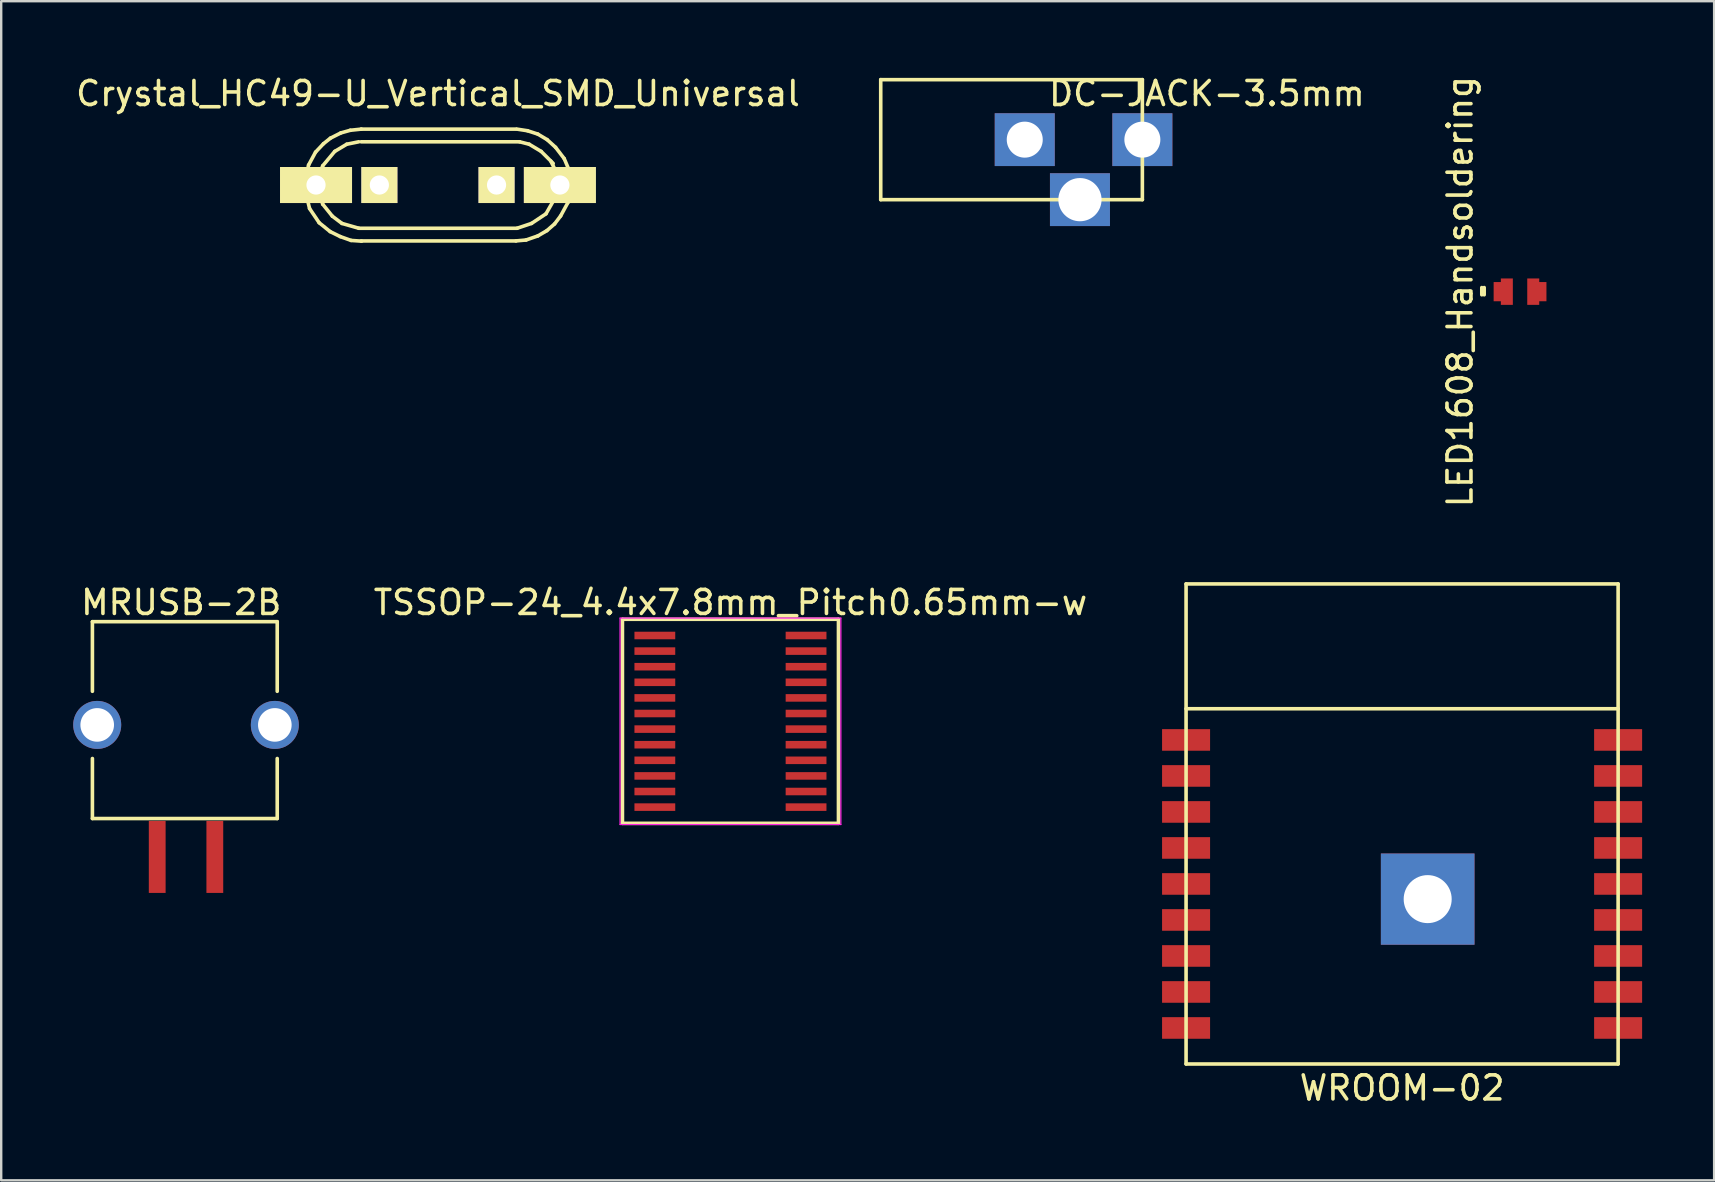
<source format=kicad_pcb>
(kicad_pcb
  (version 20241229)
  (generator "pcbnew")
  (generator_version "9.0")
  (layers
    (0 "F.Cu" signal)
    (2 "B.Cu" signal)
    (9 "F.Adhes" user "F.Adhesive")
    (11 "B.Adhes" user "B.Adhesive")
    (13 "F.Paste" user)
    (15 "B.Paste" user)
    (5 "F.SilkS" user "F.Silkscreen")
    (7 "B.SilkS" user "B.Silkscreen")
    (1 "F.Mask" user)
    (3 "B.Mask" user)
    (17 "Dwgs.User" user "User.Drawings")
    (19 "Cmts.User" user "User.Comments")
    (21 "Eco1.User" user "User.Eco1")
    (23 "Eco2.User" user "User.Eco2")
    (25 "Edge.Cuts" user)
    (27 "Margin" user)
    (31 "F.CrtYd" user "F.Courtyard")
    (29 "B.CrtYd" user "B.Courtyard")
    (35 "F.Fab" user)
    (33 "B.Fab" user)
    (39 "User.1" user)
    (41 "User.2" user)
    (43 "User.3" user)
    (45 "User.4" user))
  (footprint "WROOM-02"
    (layer "F.Cu")
    (at 55.364 41.277)
    (property "Reference" "WROOM-02" (at 0 1 0) (layer "F.SilkS") (effects (font (size 1 1) (thickness 0.15))))
    (attr through_hole)
    (fp_line (start -9 -20) (end -9 0) (stroke (width 0.15) (type solid)) (layer "F.SilkS"))
    (fp_line (start -9 -14.8) (end 9 -14.8) (stroke (width 0.15) (type solid)) (layer "F.SilkS"))
    (fp_line (start -9 0) (end 9 0) (stroke (width 0.15) (type solid)) (layer "F.SilkS"))
    (fp_line (start 9 -20) (end -9 -20) (stroke (width 0.15) (type solid)) (layer "F.SilkS"))
    (fp_line (start 9 0) (end 9 -20) (stroke (width 0.15) (type solid)) (layer "F.SilkS"))
    (pad "1" smd rect (at -9 -13.5) (size 2 0.9) (layers "F.Cu" "F.Mask" "F.Paste"))
    (pad "2" smd rect (at -9 -12) (size 2 0.9) (layers "F.Cu" "F.Mask" "F.Paste"))
    (pad "3" smd rect (at -9 -10.5) (size 2 0.9) (layers "F.Cu" "F.Mask" "F.Paste"))
    (pad "4" smd rect (at -9 -9) (size 2 0.9) (layers "F.Cu" "F.Mask" "F.Paste"))
    (pad "5" smd rect (at -9 -7.5) (size 2 0.9) (layers "F.Cu" "F.Mask" "F.Paste"))
    (pad "6" smd rect (at -9 -6) (size 2 0.9) (layers "F.Cu" "F.Mask" "F.Paste"))
    (pad "7" smd rect (at -9 -4.5) (size 2 0.9) (layers "F.Cu" "F.Mask" "F.Paste"))
    (pad "8" smd rect (at -9 -3) (size 2 0.9) (layers "F.Cu" "F.Mask" "F.Paste"))
    (pad "9" smd rect (at -9 -1.5) (size 2 0.9) (layers "F.Cu" "F.Mask" "F.Paste"))
    (pad "9" thru_hole rect (at 1.066 -6.868) (size 3.9 3.8) (drill 2) (layers "*.Cu" "*.Mask"))
    (pad "10" smd rect (at 9 -1.5) (size 2 0.9) (layers "F.Cu" "F.Mask" "F.Paste"))
    (pad "11" smd rect (at 9 -3) (size 2 0.9) (layers "F.Cu" "F.Mask" "F.Paste"))
    (pad "12" smd rect (at 9 -4.5) (size 2 0.9) (layers "F.Cu" "F.Mask" "F.Paste"))
    (pad "13" smd rect (at 9 -6) (size 2 0.9) (layers "F.Cu" "F.Mask" "F.Paste"))
    (pad "14" smd rect (at 9 -7.5) (size 2 0.9) (layers "F.Cu" "F.Mask" "F.Paste"))
    (pad "15" smd rect (at 9 -9) (size 2 0.9) (layers "F.Cu" "F.Mask" "F.Paste"))
    (pad "16" smd rect (at 9 -10.5) (size 2 0.9) (layers "F.Cu" "F.Mask" "F.Paste"))
    (pad "17" smd rect (at 9 -12) (size 2 0.9) (layers "F.Cu" "F.Mask" "F.Paste"))
    (pad "18" smd rect (at 9 -13.5) (size 2 0.9) (layers "F.Cu" "F.Mask" "F.Paste")))
  (footprint "LED1608_Handsoldering"
    (layer "F.Cu")
    (at 60.278 9.101)
    (property "Reference" "LED1608_Handsoldering" (at -2.5 0 90) (layer "F.SilkS") (effects (font (size 1 1) (thickness 0.15))))
    (attr through_hole)
    (fp_line (start -1.594 0.13) (end -1.594 -0.17) (stroke (width 0.15) (type solid)) (layer "F.SilkS"))
    (fp_line (start -1.494 0.13) (end -1.494 -0.17) (stroke (width 0.15) (type solid)) (layer "F.SilkS"))
    (pad "1" smd rect (at -0.55 0 90) (size 0.8 0.7) (drill (offset 0 -0.2)) (layers "F.Cu" "F.Mask" "F.Paste"))
    (pad "1" smd rect (at -0.55 0 90) (size 1.1 0.5) (layers "F.Cu" "F.Mask" "F.Paste"))
    (pad "2" smd rect (at 0.55 0 90) (size 0.8 0.7) (drill (offset 0 0.2)) (layers "F.Cu" "F.Mask" "F.Paste"))
    (pad "2" smd rect (at 0.55 0 90) (size 1.1 0.5) (layers "F.Cu" "F.Mask" "F.Paste")))
  (footprint "TSSOP-24_4.4x7.8mm_Pitch0.65mm-w"
    (layer "F.Cu")
    (at 27.382 27.001)
    (property "Reference" "TSSOP-24_4.4x7.8mm_Pitch0.65mm-w" (at 0 -4.95 0) (layer "F.SilkS") (effects (font (size 1 1) (thickness 0.15))))
    (attr smd)
    (fp_line (start -4.5 -4.25) (end 4.5 -4.25) (stroke (width 0.15) (type solid)) (layer "F.SilkS"))
    (fp_line (start -4.5 4.25) (end -4.5 -4.25) (stroke (width 0.15) (type solid)) (layer "F.SilkS"))
    (fp_line (start 4.5 -4.25) (end 4.5 4.25) (stroke (width 0.15) (type solid)) (layer "F.SilkS"))
    (fp_line (start 4.5 4.25) (end -4.5 4.25) (stroke (width 0.15) (type solid)) (layer "F.SilkS"))
    (fp_line (start -4.6 -4.3) (end -4.6 4.3) (stroke (width 0.05) (type solid)) (layer "F.CrtYd"))
    (fp_line (start -4.6 -4.3) (end 4.6 -4.3) (stroke (width 0.05) (type solid)) (layer "F.CrtYd"))
    (fp_line (start -4.6 4.3) (end 4.6 4.3) (stroke (width 0.05) (type solid)) (layer "F.CrtYd"))
    (fp_line (start 4.6 -4.3) (end 4.6 4.3) (stroke (width 0.05) (type solid)) (layer "F.CrtYd"))
    (pad "1" smd rect (at -3.15 -3.575) (size 1.7 0.315) (layers "F.Cu" "F.Mask" "F.Paste"))
    (pad "2" smd rect (at -3.15 -2.925) (size 1.7 0.315) (layers "F.Cu" "F.Mask" "F.Paste"))
    (pad "3" smd rect (at -3.15 -2.275) (size 1.7 0.315) (layers "F.Cu" "F.Mask" "F.Paste"))
    (pad "4" smd rect (at -3.15 -1.625) (size 1.7 0.315) (layers "F.Cu" "F.Mask" "F.Paste"))
    (pad "5" smd rect (at -3.15 -0.975) (size 1.7 0.315) (layers "F.Cu" "F.Mask" "F.Paste"))
    (pad "6" smd rect (at -3.15 -0.325) (size 1.7 0.315) (layers "F.Cu" "F.Mask" "F.Paste"))
    (pad "7" smd rect (at -3.15 0.325) (size 1.7 0.315) (layers "F.Cu" "F.Mask" "F.Paste"))
    (pad "8" smd rect (at -3.15 0.975) (size 1.7 0.315) (layers "F.Cu" "F.Mask" "F.Paste"))
    (pad "9" smd rect (at -3.15 1.625) (size 1.7 0.315) (layers "F.Cu" "F.Mask" "F.Paste"))
    (pad "10" smd rect (at -3.15 2.275) (size 1.7 0.315) (layers "F.Cu" "F.Mask" "F.Paste"))
    (pad "11" smd rect (at -3.15 2.925) (size 1.7 0.315) (layers "F.Cu" "F.Mask" "F.Paste"))
    (pad "12" smd rect (at -3.15 3.575) (size 1.7 0.315) (layers "F.Cu" "F.Mask" "F.Paste"))
    (pad "13" smd rect (at 3.15 3.575) (size 1.7 0.315) (layers "F.Cu" "F.Mask" "F.Paste"))
    (pad "14" smd rect (at 3.15 2.925) (size 1.7 0.315) (layers "F.Cu" "F.Mask" "F.Paste"))
    (pad "15" smd rect (at 3.15 2.275) (size 1.7 0.315) (layers "F.Cu" "F.Mask" "F.Paste"))
    (pad "16" smd rect (at 3.15 1.625) (size 1.7 0.315) (layers "F.Cu" "F.Mask" "F.Paste"))
    (pad "17" smd rect (at 3.15 0.975) (size 1.7 0.315) (layers "F.Cu" "F.Mask" "F.Paste"))
    (pad "18" smd rect (at 3.15 0.325) (size 1.7 0.315) (layers "F.Cu" "F.Mask" "F.Paste"))
    (pad "19" smd rect (at 3.15 -0.325) (size 1.7 0.315) (layers "F.Cu" "F.Mask" "F.Paste"))
    (pad "20" smd rect (at 3.15 -0.975) (size 1.7 0.315) (layers "F.Cu" "F.Mask" "F.Paste"))
    (pad "21" smd rect (at 3.15 -1.625) (size 1.7 0.315) (layers "F.Cu" "F.Mask" "F.Paste"))
    (pad "22" smd rect (at 3.15 -2.275) (size 1.7 0.315) (layers "F.Cu" "F.Mask" "F.Paste"))
    (pad "23" smd rect (at 3.15 -2.925) (size 1.7 0.315) (layers "F.Cu" "F.Mask" "F.Paste"))
    (pad "24" smd rect (at 3.15 -3.575) (size 1.7 0.315) (layers "F.Cu" "F.Mask" "F.Paste")))
  (footprint "DC-JACK-3.5mm"
    (layer "F.Cu")
    (at 33.643 0.268)
    (property "Reference" "DC-JACK-3.5mm" (at 13.59 0.58 180) (layer "F.SilkS") (effects (font (size 1 1) (thickness 0.15))))
    (attr through_hole)
    (fp_line (start 0 0) (end 10.9 0) (stroke (width 0.15) (type solid)) (layer "F.SilkS"))
    (fp_line (start 0 5) (end 0 0) (stroke (width 0.15) (type solid)) (layer "F.SilkS"))
    (fp_line (start 10.9 0) (end 10.9 5) (stroke (width 0.15) (type solid)) (layer "F.SilkS"))
    (fp_line (start 10.9 5) (end 0 5) (stroke (width 0.15) (type solid)) (layer "F.SilkS"))
    (pad "1" thru_hole rect (at 10.9 2.5) (size 2.5 2.2) (drill 1.5) (layers "*.Cu" "*.Mask"))
    (pad "2" thru_hole rect (at 6 2.5) (size 2.5 2.2) (drill 1.5) (layers "*.Cu" "*.Mask"))
    (pad "3" thru_hole rect (at 8.3 5) (size 2.5 2.2) (drill 1.8) (layers "*.Cu" "*.Mask")))
  (footprint "Crystal_HC49-U_Vertical_SMD_Universal"
    (layer "F.Cu")
    (at 15.196 4.658)
    (property "Reference" "Crystal_HC49-U_Vertical_SMD_Universal" (at 0 -3.81 0) (layer "F.SilkS") (effects (font (size 1 1) (thickness 0.15))))
    (attr through_hole)
    (fp_line (start -5.519 -0.231) (end -5.519 0.279) (stroke (width 0.15) (type solid)) (layer "F.SilkS"))
    (fp_line (start -5.519 0.279) (end -5.349 0.98) (stroke (width 0.15) (type solid)) (layer "F.SilkS"))
    (fp_line (start -5.39 -0.831) (end -5.519 -0.231) (stroke (width 0.15) (type solid)) (layer "F.SilkS"))
    (fp_line (start -5.349 0.98) (end -4.95 1.57) (stroke (width 0.15) (type solid)) (layer "F.SilkS"))
    (fp_line (start -5.1 -1.369) (end -5.39 -0.831) (stroke (width 0.15) (type solid)) (layer "F.SilkS"))
    (fp_line (start -5.001 -0.3) (end -4.801 -0.8) (stroke (width 0.15) (type solid)) (layer "F.SilkS"))
    (fp_line (start -5.001 0.201) (end -5.001 -0.3) (stroke (width 0.15) (type solid)) (layer "F.SilkS"))
    (fp_line (start -4.95 1.57) (end -4.491 1.941) (stroke (width 0.15) (type solid)) (layer "F.SilkS"))
    (fp_line (start -4.801 -0.8) (end -4.3 -1.4) (stroke (width 0.15) (type solid)) (layer "F.SilkS"))
    (fp_line (start -4.801 0.8) (end -5.001 0.201) (stroke (width 0.15) (type solid)) (layer "F.SilkS"))
    (fp_line (start -4.77 -1.72) (end -5.1 -1.369) (stroke (width 0.15) (type solid)) (layer "F.SilkS"))
    (fp_line (start -4.491 1.941) (end -4.069 2.149) (stroke (width 0.15) (type solid)) (layer "F.SilkS"))
    (fp_line (start -4.481 -1.951) (end -4.77 -1.72) (stroke (width 0.15) (type solid)) (layer "F.SilkS"))
    (fp_line (start -4.399 1.3) (end -4.801 0.8) (stroke (width 0.15) (type solid)) (layer "F.SilkS"))
    (fp_line (start -4.3 -1.4) (end -3.8 -1.699) (stroke (width 0.15) (type solid)) (layer "F.SilkS"))
    (fp_line (start -4.069 2.149) (end -3.619 2.309) (stroke (width 0.15) (type solid)) (layer "F.SilkS"))
    (fp_line (start -4.049 -2.169) (end -4.481 -1.951) (stroke (width 0.15) (type solid)) (layer "F.SilkS"))
    (fp_line (start -4 1.6) (end -4.399 1.3) (stroke (width 0.15) (type solid)) (layer "F.SilkS"))
    (fp_line (start -3.8 -1.699) (end -3.299 -1.801) (stroke (width 0.15) (type solid)) (layer "F.SilkS"))
    (fp_line (start -3.65 -2.281) (end -4.049 -2.169) (stroke (width 0.15) (type solid)) (layer "F.SilkS"))
    (fp_line (start -3.619 2.309) (end -3.18 2.339) (stroke (width 0.15) (type solid)) (layer "F.SilkS"))
    (fp_line (start -3.299 1.801) (end -4 1.6) (stroke (width 0.15) (type solid)) (layer "F.SilkS"))
    (fp_line (start -3.2 -2.329) (end 3.251 -2.329) (stroke (width 0.15) (type solid)) (layer "F.SilkS"))
    (fp_line (start -3.2 -1.801) (end 3.401 -1.801) (stroke (width 0.15) (type solid)) (layer "F.SilkS"))
    (fp_line (start -3.2 2.329) (end 3.251 2.329) (stroke (width 0.15) (type solid)) (layer "F.SilkS"))
    (fp_line (start -3.19 -2.329) (end -3.65 -2.281) (stroke (width 0.15) (type solid)) (layer "F.SilkS"))
    (fp_line (start 3.251 2.329) (end 3.67 2.291) (stroke (width 0.15) (type solid)) (layer "F.SilkS"))
    (fp_line (start 3.299 1.801) (end -3.299 1.801) (stroke (width 0.15) (type solid)) (layer "F.SilkS"))
    (fp_line (start 3.401 -1.801) (end 3.8 -1.699) (stroke (width 0.15) (type solid)) (layer "F.SilkS"))
    (fp_line (start 3.67 2.291) (end 4.161 2.121) (stroke (width 0.15) (type solid)) (layer "F.SilkS"))
    (fp_line (start 3.731 -2.261) (end 3.289 -2.329) (stroke (width 0.15) (type solid)) (layer "F.SilkS"))
    (fp_line (start 3.8 -1.699) (end 4.3 -1.4) (stroke (width 0.15) (type solid)) (layer "F.SilkS"))
    (fp_line (start 3.899 1.6) (end 3.299 1.801) (stroke (width 0.15) (type solid)) (layer "F.SilkS"))
    (fp_line (start 4.161 -2.121) (end 3.731 -2.261) (stroke (width 0.15) (type solid)) (layer "F.SilkS"))
    (fp_line (start 4.161 2.121) (end 4.539 1.9) (stroke (width 0.15) (type solid)) (layer "F.SilkS"))
    (fp_line (start 4.3 -1.4) (end 4.801 -0.899) (stroke (width 0.15) (type solid)) (layer "F.SilkS"))
    (fp_line (start 4.501 1.199) (end 3.899 1.6) (stroke (width 0.15) (type solid)) (layer "F.SilkS"))
    (fp_line (start 4.539 1.9) (end 4.859 1.621) (stroke (width 0.15) (type solid)) (layer "F.SilkS"))
    (fp_line (start 4.549 -1.89) (end 4.161 -2.121) (stroke (width 0.15) (type solid)) (layer "F.SilkS"))
    (fp_line (start 4.699 -1.001) (end 4.9 -0.599) (stroke (width 0.15) (type solid)) (layer "F.SilkS"))
    (fp_line (start 4.859 1.621) (end 5.11 1.29) (stroke (width 0.15) (type solid)) (layer "F.SilkS"))
    (fp_line (start 4.9 -1.57) (end 4.549 -1.89) (stroke (width 0.15) (type solid)) (layer "F.SilkS"))
    (fp_line (start 4.9 -0.599) (end 5.001 0) (stroke (width 0.15) (type solid)) (layer "F.SilkS"))
    (fp_line (start 4.9 0.5) (end 4.501 1.199) (stroke (width 0.15) (type solid)) (layer "F.SilkS"))
    (fp_line (start 5.001 0) (end 4.9 0.5) (stroke (width 0.15) (type solid)) (layer "F.SilkS"))
    (fp_line (start 5.11 1.29) (end 5.41 0.739) (stroke (width 0.15) (type solid)) (layer "F.SilkS"))
    (fp_line (start 5.26 -1.1) (end 4.9 -1.57) (stroke (width 0.15) (type solid)) (layer "F.SilkS"))
    (fp_line (start 5.41 0.739) (end 5.519 0.269) (stroke (width 0.15) (type solid)) (layer "F.SilkS"))
    (fp_line (start 5.451 -0.65) (end 5.26 -1.1) (stroke (width 0.15) (type solid)) (layer "F.SilkS"))
    (fp_line (start 5.519 0.269) (end 5.54 -0.191) (stroke (width 0.15) (type solid)) (layer "F.SilkS"))
    (fp_line (start 5.54 -0.191) (end 5.451 -0.65) (stroke (width 0.15) (type solid)) (layer "F.SilkS"))
    (pad "0" thru_hole rect (at -5.08 0) (size 3 1.501) (drill 0.8) (layers "*.Cu" "*.Mask" "F.SilkS"))
    (pad "0" thru_hole rect (at 5.08 0) (size 3 1.501) (drill 0.8) (layers "*.Cu" "*.Mask" "F.SilkS"))
    (pad "1" thru_hole rect (at -2.441 0) (size 1.501 1.501) (drill 0.8) (layers "*.Cu" "*.Mask" "F.SilkS"))
    (pad "2" thru_hole rect (at 2.441 0) (size 1.501 1.501) (drill 0.8) (layers "*.Cu" "*.Mask" "F.SilkS")))
  (footprint "MRUSB-2B"
    (layer "F.Cu")
    (at 4.7 26.851)
    (property "Reference" "MRUSB-2B" (at -0.2 -4.8 0) (layer "F.SilkS") (effects (font (size 1 1) (thickness 0.15))))
    (attr through_hole)
    (fp_line (start -3.9 -4) (end -3.9 -1.1) (stroke (width 0.15) (type solid)) (layer "F.SilkS"))
    (fp_line (start -3.9 -4) (end 3.8 -4) (stroke (width 0.15) (type solid)) (layer "F.SilkS"))
    (fp_line (start -3.9 4.2) (end -3.9 1.7) (stroke (width 0.15) (type solid)) (layer "F.SilkS"))
    (fp_line (start 3.8 -4) (end 3.8 -1.1) (stroke (width 0.15) (type solid)) (layer "F.SilkS"))
    (fp_line (start 3.8 4.2) (end -3.9 4.2) (stroke (width 0.15) (type solid)) (layer "F.SilkS"))
    (fp_line (start 3.8 4.2) (end 3.8 1.7) (stroke (width 0.15) (type solid)) (layer "F.SilkS"))
    (pad "GND" smd rect (at -1.2 5.8) (size 0.7 3) (layers "F.Cu" "F.Mask" "F.Paste"))
    (pad "S" thru_hole circle (at -3.7 0.3) (size 2 2) (drill 1.4) (layers "*.Cu" "*.Mask"))
    (pad "S" thru_hole circle (at 3.7 0.3) (size 2 2) (drill 1.4) (layers "*.Cu" "*.Mask"))
    (pad "VBUS" smd rect (at 1.2 5.8) (size 0.7 3) (layers "F.Cu" "F.Mask" "F.Paste")))
  (gr_rect
    (start -3 -3)
    (end 68.364 46.126)
    (stroke (width 0.1) (type default))
    (fill no)
    (layer "Edge.Cuts")))
</source>
